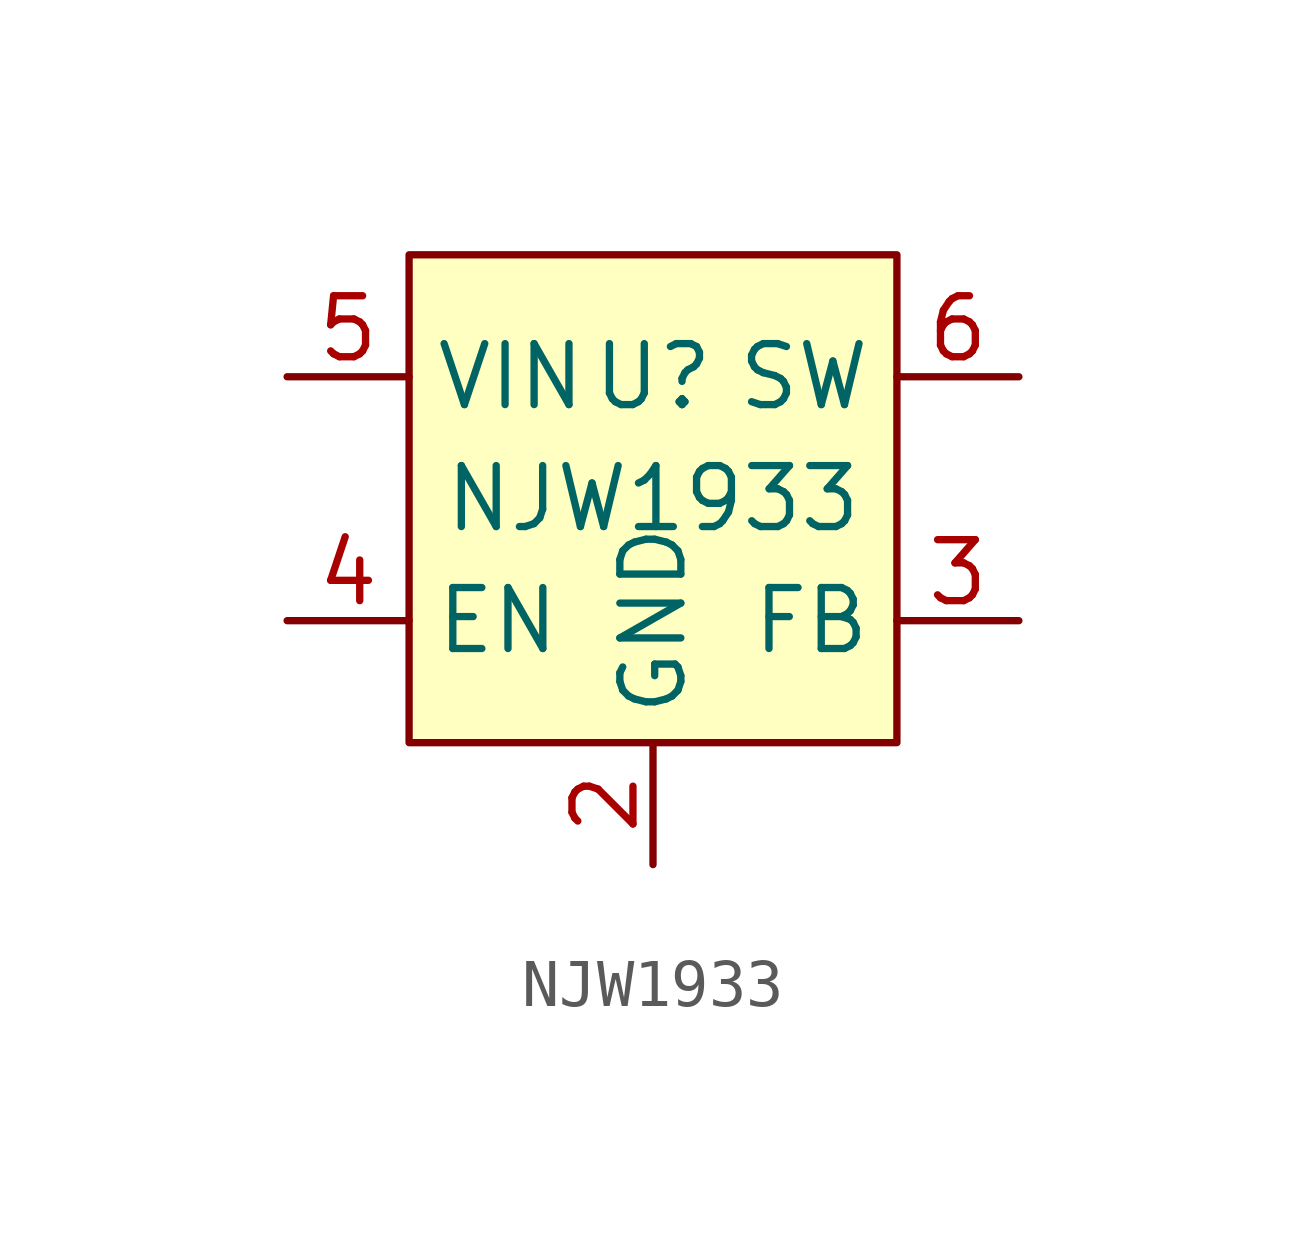
<source format=kicad_sym>
(kicad_symbol_lib
  (version 20241209)
  (generator "kicad_symbol_editor")
  (generator_version "9.0")
  (symbol "NJW1933"
    (property "Reference" "U"
      (at 0 2.54 0)
      (effects (font (size 1.27 1.27))))
    (property "Value" "NJW1933"
      (at 0 0 0)
      (effects (font (size 1.27 1.27))))
    (symbol "NJW1933_1_1"
      (rectangle (start -5.08 5.08) (end 5.08 -5.08) (stroke (width 0) (type default)) (fill (type background)))
      (pin power_in line (at -7.62 2.54 0) (length 2.54) (name "VIN" (effects (font (size 1.27 1.27)))) (number "5" (effects (font (size 1.27 1.27)))))
      (pin input line (at -7.62 -2.54 0) (length 2.54) (name "EN" (effects (font (size 1.27 1.27)))) (number "4" (effects (font (size 1.27 1.27)))))
      (pin input line (at 0 -7.62 90) (length 2.54) (name "GND" (effects (font (size 1.27 1.27)))) (number "2" (effects (font (size 1.27 1.27)))))
      (pin power_out line (at 7.62 2.54 180) (length 2.54) (name "SW" (effects (font (size 1.27 1.27)))) (number "6" (effects (font (size 1.27 1.27)))))
      (pin input line (at 7.62 -2.54 180) (length 2.54) (name "FB" (effects (font (size 1.27 1.27)))) (number "3" (effects (font (size 1.27 1.27))))))))
</source>
